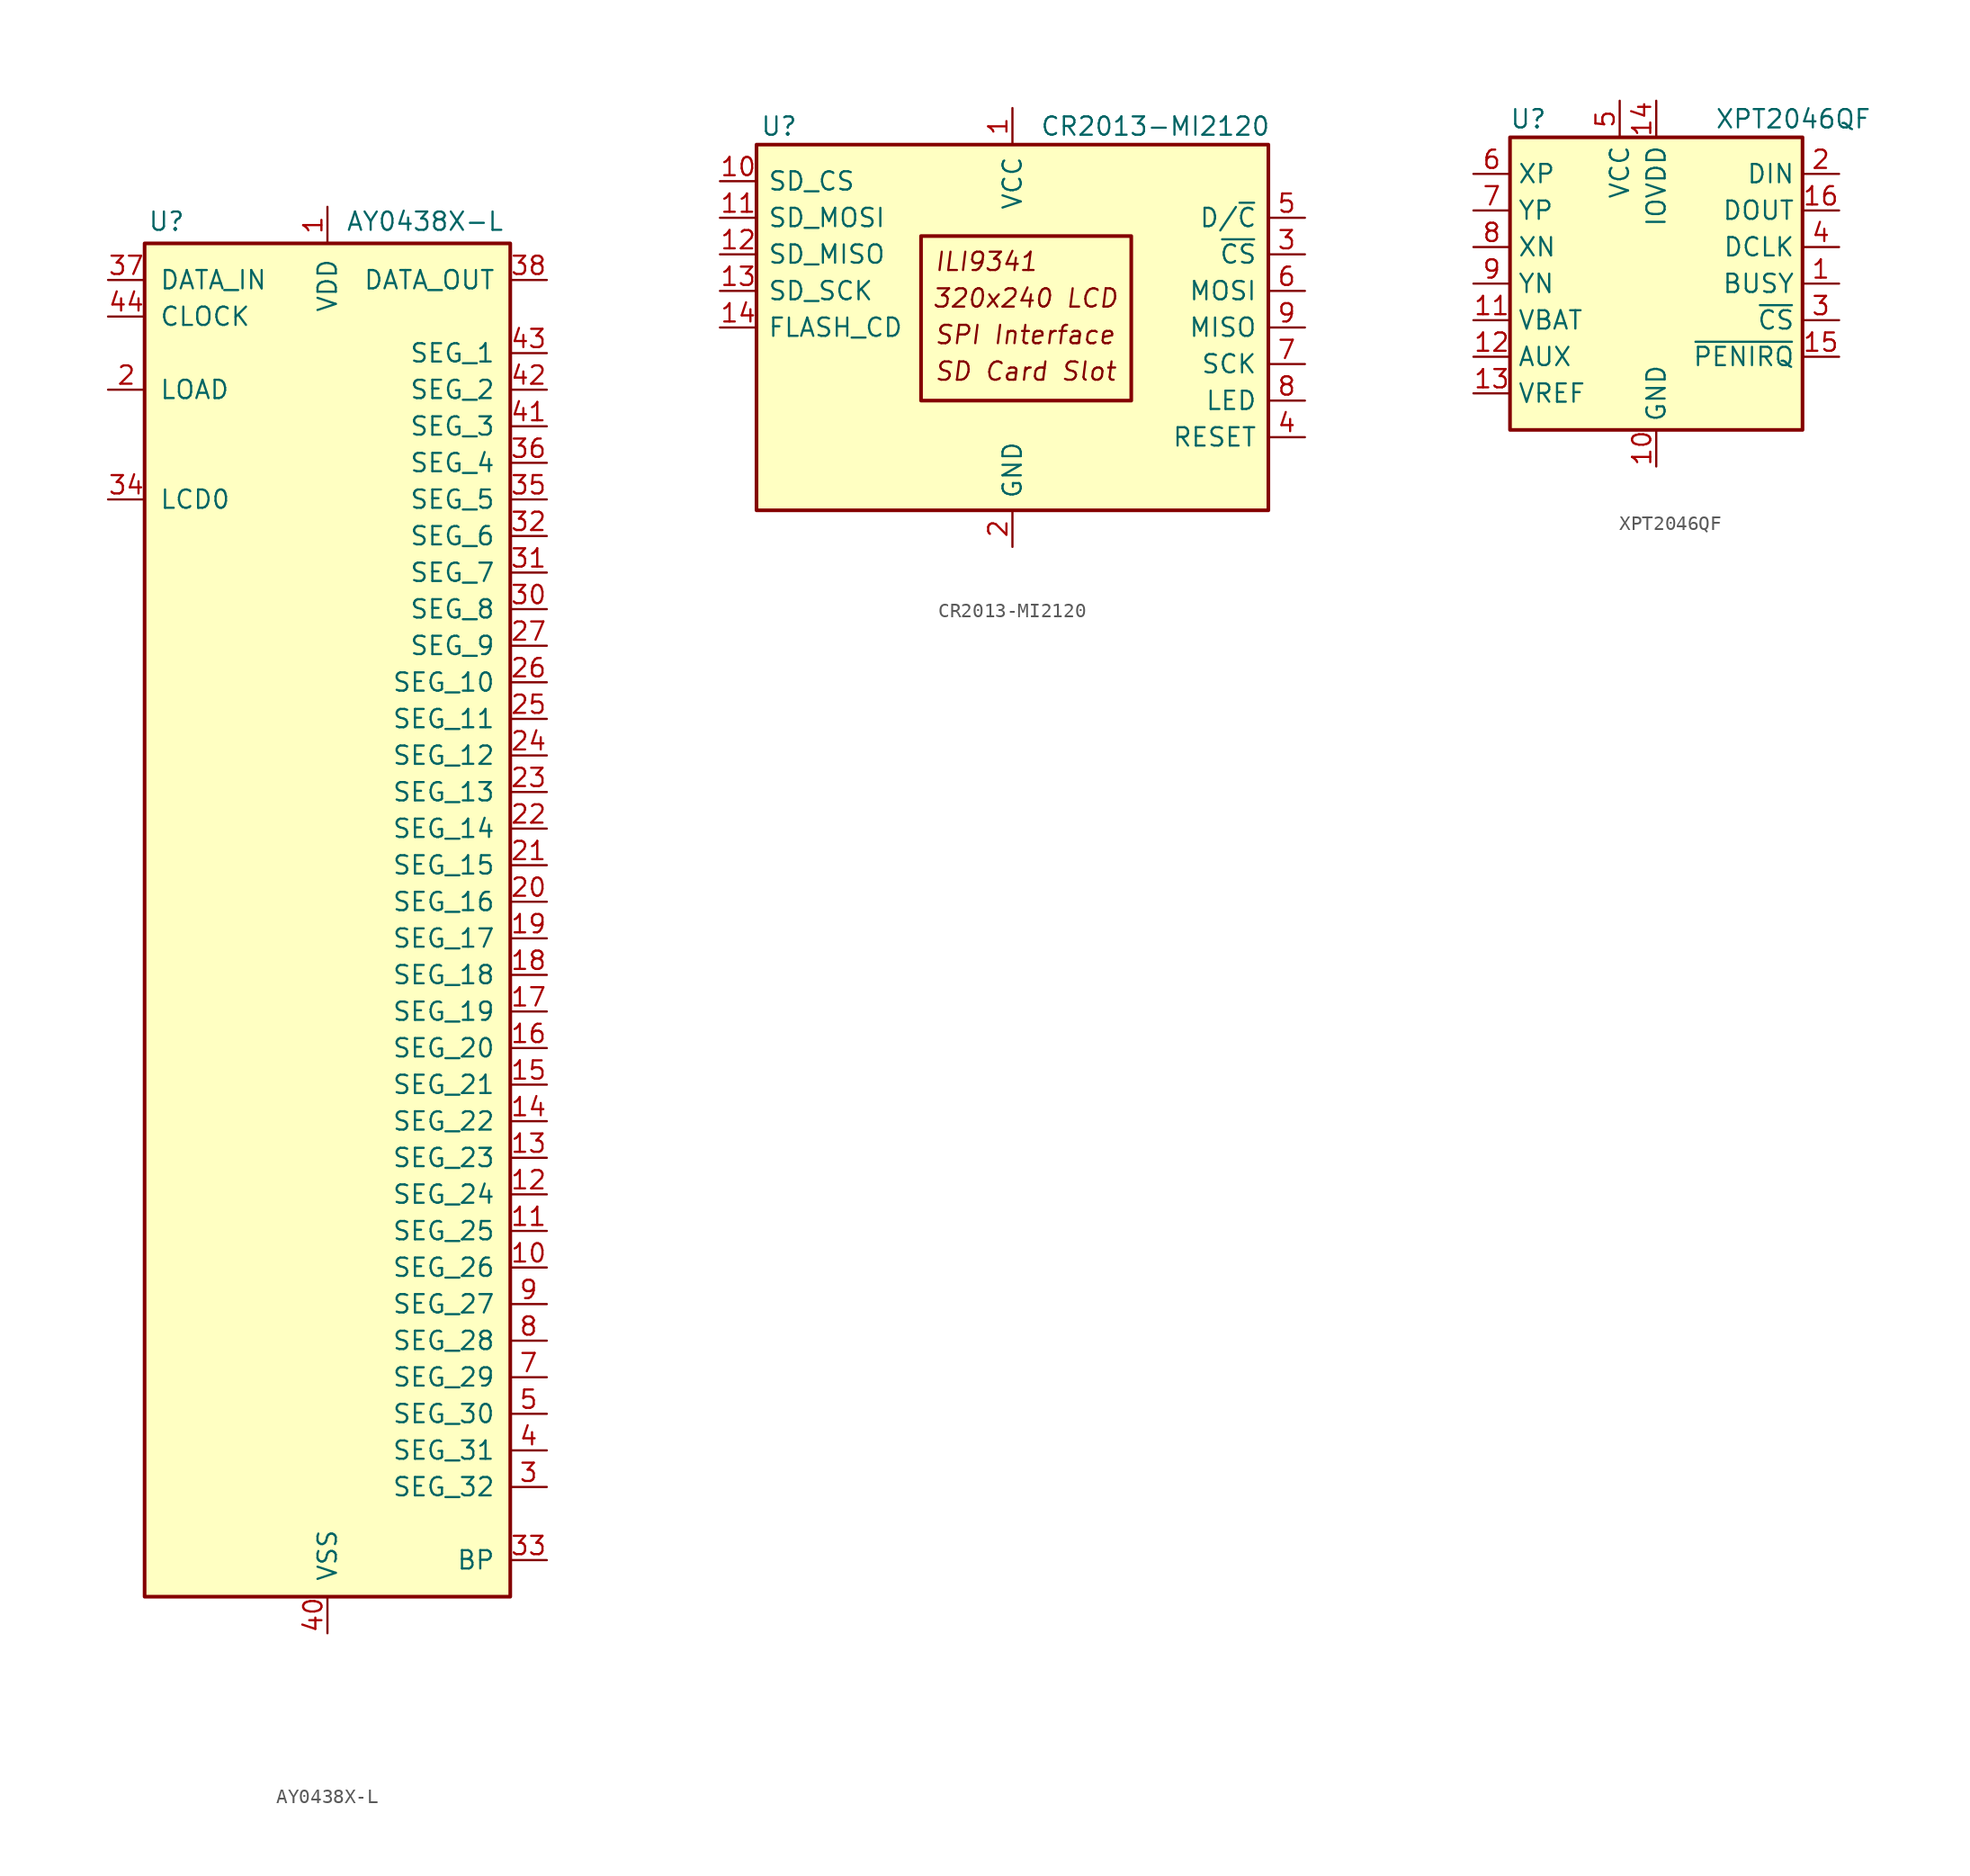
<source format=kicad_sym>
(kicad_symbol_lib
  (version 20231120)
  (generator "kicad_symbol_editor")
  (generator_version "8.0")
  (symbol "AY0438X-L"
    (pin_names
      (offset 1.016))
    (property "Reference" "U"
      (at -11.176 47.244 0)
      (effects (font (size 1.27 1.27))))
    (property "Value" "AY0438X-L"
      (at 1.27 47.244 0)
      (effects (font (size 1.27 1.27)) (justify left)))
    (symbol "AY0438X-L_0_1"
      (rectangle (start -12.7 45.72) (end 12.7 -48.26) (stroke (width 0.254) (type default)) (fill (type background))))
    (symbol "AY0438X-L_1_1"
      (pin power_in line (at 0 48.26 270) (length 2.54) (name "VDD" (effects (font (size 1.27 1.27)))) (number "1" (effects (font (size 1.27 1.27)))))
      (pin output line (at 15.24 -25.4 180) (length 2.54) (name "SEG_26" (effects (font (size 1.27 1.27)))) (number "10" (effects (font (size 1.27 1.27)))))
      (pin output line (at 15.24 -22.86 180) (length 2.54) (name "SEG_25" (effects (font (size 1.27 1.27)))) (number "11" (effects (font (size 1.27 1.27)))))
      (pin output line (at 15.24 -20.32 180) (length 2.54) (name "SEG_24" (effects (font (size 1.27 1.27)))) (number "12" (effects (font (size 1.27 1.27)))))
      (pin output line (at 15.24 -17.78 180) (length 2.54) (name "SEG_23" (effects (font (size 1.27 1.27)))) (number "13" (effects (font (size 1.27 1.27)))))
      (pin output line (at 15.24 -15.24 180) (length 2.54) (name "SEG_22" (effects (font (size 1.27 1.27)))) (number "14" (effects (font (size 1.27 1.27)))))
      (pin output line (at 15.24 -12.7 180) (length 2.54) (name "SEG_21" (effects (font (size 1.27 1.27)))) (number "15" (effects (font (size 1.27 1.27)))))
      (pin output line (at 15.24 -10.16 180) (length 2.54) (name "SEG_20" (effects (font (size 1.27 1.27)))) (number "16" (effects (font (size 1.27 1.27)))))
      (pin output line (at 15.24 -7.62 180) (length 2.54) (name "SEG_19" (effects (font (size 1.27 1.27)))) (number "17" (effects (font (size 1.27 1.27)))))
      (pin output line (at 15.24 -5.08 180) (length 2.54) (name "SEG_18" (effects (font (size 1.27 1.27)))) (number "18" (effects (font (size 1.27 1.27)))))
      (pin output line (at 15.24 -2.54 180) (length 2.54) (name "SEG_17" (effects (font (size 1.27 1.27)))) (number "19" (effects (font (size 1.27 1.27)))))
      (pin input line (at -15.24 35.56 0) (length 2.54) (name "LOAD" (effects (font (size 1.27 1.27)))) (number "2" (effects (font (size 1.27 1.27)))))
      (pin output line (at 15.24 0 180) (length 2.54) (name "SEG_16" (effects (font (size 1.27 1.27)))) (number "20" (effects (font (size 1.27 1.27)))))
      (pin output line (at 15.24 2.54 180) (length 2.54) (name "SEG_15" (effects (font (size 1.27 1.27)))) (number "21" (effects (font (size 1.27 1.27)))))
      (pin output line (at 15.24 5.08 180) (length 2.54) (name "SEG_14" (effects (font (size 1.27 1.27)))) (number "22" (effects (font (size 1.27 1.27)))))
      (pin output line (at 15.24 7.62 180) (length 2.54) (name "SEG_13" (effects (font (size 1.27 1.27)))) (number "23" (effects (font (size 1.27 1.27)))))
      (pin output line (at 15.24 10.16 180) (length 2.54) (name "SEG_12" (effects (font (size 1.27 1.27)))) (number "24" (effects (font (size 1.27 1.27)))))
      (pin output line (at 15.24 12.7 180) (length 2.54) (name "SEG_11" (effects (font (size 1.27 1.27)))) (number "25" (effects (font (size 1.27 1.27)))))
      (pin output line (at 15.24 15.24 180) (length 2.54) (name "SEG_10" (effects (font (size 1.27 1.27)))) (number "26" (effects (font (size 1.27 1.27)))))
      (pin output line (at 15.24 17.78 180) (length 2.54) (name "SEG_9" (effects (font (size 1.27 1.27)))) (number "27" (effects (font (size 1.27 1.27)))))
      (pin no_connect line (at -12.7 -38.1 0) (length 2.54) hide (name "NC" (effects (font (size 1.27 1.27)))) (number "28" (effects (font (size 1.27 1.27)))))
      (pin no_connect line (at -12.7 -35.56 0) (length 2.54) hide (name "NC" (effects (font (size 1.27 1.27)))) (number "29" (effects (font (size 1.27 1.27)))))
      (pin output line (at 15.24 -40.64 180) (length 2.54) (name "SEG_32" (effects (font (size 1.27 1.27)))) (number "3" (effects (font (size 1.27 1.27)))))
      (pin output line (at 15.24 20.32 180) (length 2.54) (name "SEG_8" (effects (font (size 1.27 1.27)))) (number "30" (effects (font (size 1.27 1.27)))))
      (pin output line (at 15.24 22.86 180) (length 2.54) (name "SEG_7" (effects (font (size 1.27 1.27)))) (number "31" (effects (font (size 1.27 1.27)))))
      (pin output line (at 15.24 25.4 180) (length 2.54) (name "SEG_6" (effects (font (size 1.27 1.27)))) (number "32" (effects (font (size 1.27 1.27)))))
      (pin output line (at 15.24 -45.72 180) (length 2.54) (name "BP" (effects (font (size 1.27 1.27)))) (number "33" (effects (font (size 1.27 1.27)))))
      (pin input line (at -15.24 27.94 0) (length 2.54) (name "LCD0" (effects (font (size 1.27 1.27)))) (number "34" (effects (font (size 1.27 1.27)))))
      (pin output line (at 15.24 27.94 180) (length 2.54) (name "SEG_5" (effects (font (size 1.27 1.27)))) (number "35" (effects (font (size 1.27 1.27)))))
      (pin output line (at 15.24 30.48 180) (length 2.54) (name "SEG_4" (effects (font (size 1.27 1.27)))) (number "36" (effects (font (size 1.27 1.27)))))
      (pin input line (at -15.24 43.18 0) (length 2.54) (name "DATA_IN" (effects (font (size 1.27 1.27)))) (number "37" (effects (font (size 1.27 1.27)))))
      (pin output line (at 15.24 43.18 180) (length 2.54) (name "DATA_OUT" (effects (font (size 1.27 1.27)))) (number "38" (effects (font (size 1.27 1.27)))))
      (pin no_connect line (at -12.7 -33.02 0) (length 2.54) hide (name "NC" (effects (font (size 1.27 1.27)))) (number "39" (effects (font (size 1.27 1.27)))))
      (pin output line (at 15.24 -38.1 180) (length 2.54) (name "SEG_31" (effects (font (size 1.27 1.27)))) (number "4" (effects (font (size 1.27 1.27)))))
      (pin power_in line (at 0 -50.8 90) (length 2.54) (name "VSS" (effects (font (size 1.27 1.27)))) (number "40" (effects (font (size 1.27 1.27)))))
      (pin output line (at 15.24 33.02 180) (length 2.54) (name "SEG_3" (effects (font (size 1.27 1.27)))) (number "41" (effects (font (size 1.27 1.27)))))
      (pin output line (at 15.24 35.56 180) (length 2.54) (name "SEG_2" (effects (font (size 1.27 1.27)))) (number "42" (effects (font (size 1.27 1.27)))))
      (pin output line (at 15.24 38.1 180) (length 2.54) (name "SEG_1" (effects (font (size 1.27 1.27)))) (number "43" (effects (font (size 1.27 1.27)))))
      (pin input line (at -15.24 40.64 0) (length 2.54) (name "CLOCK" (effects (font (size 1.27 1.27)))) (number "44" (effects (font (size 1.27 1.27)))))
      (pin output line (at 15.24 -35.56 180) (length 2.54) (name "SEG_30" (effects (font (size 1.27 1.27)))) (number "5" (effects (font (size 1.27 1.27)))))
      (pin no_connect line (at -12.7 -40.64 0) (length 2.54) hide (name "NC" (effects (font (size 1.27 1.27)))) (number "6" (effects (font (size 1.27 1.27)))))
      (pin output line (at 15.24 -33.02 180) (length 2.54) (name "SEG_29" (effects (font (size 1.27 1.27)))) (number "7" (effects (font (size 1.27 1.27)))))
      (pin output line (at 15.24 -30.48 180) (length 2.54) (name "SEG_28" (effects (font (size 1.27 1.27)))) (number "8" (effects (font (size 1.27 1.27)))))
      (pin output line (at 15.24 -27.94 180) (length 2.54) (name "SEG_27" (effects (font (size 1.27 1.27)))) (number "9" (effects (font (size 1.27 1.27)))))))
  (symbol "CR2013-MI2120"
    (pin_names
      (offset 0.762))
    (property "Reference" "U"
      (at -17.526 13.97 0)
      (effects (font (size 1.27 1.27)) (justify left)))
    (property "Value" "CR2013-MI2120"
      (at 1.905 13.97 0)
      (effects (font (size 1.27 1.27)) (justify left)))
    (symbol "CR2013-MI2120_0_0"
      (text "320x240 LCD" (at 0.889 2.032 0) (effects (font (size 1.27 1.27) (italic yes))))
      (text "ILI9341" (at -5.461 4.572 0) (effects (font (size 1.27 1.27) (italic yes)) (justify left)))
      (text "SD Card Slot" (at -5.461 -3.048 0) (effects (font (size 1.27 1.27) (italic yes)) (justify left)))
      (text "SPI Interface" (at -5.461 -0.508 0) (effects (font (size 1.27 1.27) (italic yes)) (justify left))))
    (symbol "CR2013-MI2120_0_1"
      (rectangle (start -17.78 12.7) (end 17.78 -12.7) (stroke (width 0.254) (type default)) (fill (type background)))
      (rectangle (start -6.35 6.35) (end 8.255 -5.08) (stroke (width 0.254) (type default)) (fill (type none))))
    (symbol "CR2013-MI2120_1_1"
      (pin power_in line (at 0 15.24 270) (length 2.54) (name "VCC" (effects (font (size 1.27 1.27)))) (number "1" (effects (font (size 1.27 1.27)))))
      (pin input line (at -20.32 10.16 0) (length 2.54) (name "SD_CS" (effects (font (size 1.27 1.27)))) (number "10" (effects (font (size 1.27 1.27)))))
      (pin input line (at -20.32 7.62 0) (length 2.54) (name "SD_MOSI" (effects (font (size 1.27 1.27)))) (number "11" (effects (font (size 1.27 1.27)))))
      (pin output line (at -20.32 5.08 0) (length 2.54) (name "SD_MISO" (effects (font (size 1.27 1.27)))) (number "12" (effects (font (size 1.27 1.27)))))
      (pin input line (at -20.32 2.54 0) (length 2.54) (name "SD_SCK" (effects (font (size 1.27 1.27)))) (number "13" (effects (font (size 1.27 1.27)))))
      (pin input line (at -20.32 0 0) (length 2.54) (name "FLASH_CD" (effects (font (size 1.27 1.27)))) (number "14" (effects (font (size 1.27 1.27)))))
      (pin power_in line (at 0 -15.24 90) (length 2.54) (name "GND" (effects (font (size 1.27 1.27)))) (number "2" (effects (font (size 1.27 1.27)))))
      (pin input line (at 20.32 5.08 180) (length 2.54) (name "~{CS}" (effects (font (size 1.27 1.27)))) (number "3" (effects (font (size 1.27 1.27)))))
      (pin input line (at 20.32 -7.62 180) (length 2.54) (name "RESET" (effects (font (size 1.27 1.27)))) (number "4" (effects (font (size 1.27 1.27)))))
      (pin input line (at 20.32 7.62 180) (length 2.54) (name "D/~{C}" (effects (font (size 1.27 1.27)))) (number "5" (effects (font (size 1.27 1.27)))))
      (pin input line (at 20.32 2.54 180) (length 2.54) (name "MOSI" (effects (font (size 1.27 1.27)))) (number "6" (effects (font (size 1.27 1.27)))))
      (pin input line (at 20.32 -2.54 180) (length 2.54) (name "SCK" (effects (font (size 1.27 1.27)))) (number "7" (effects (font (size 1.27 1.27)))))
      (pin input line (at 20.32 -5.08 180) (length 2.54) (name "LED" (effects (font (size 1.27 1.27)))) (number "8" (effects (font (size 1.27 1.27)))))
      (pin output line (at 20.32 0 180) (length 2.54) (name "MISO" (effects (font (size 1.27 1.27)))) (number "9" (effects (font (size 1.27 1.27)))))))
  (symbol "XPT2046QF"
    (property "Reference" "U"
      (at -8.89 11.43 0)
      (effects (font (size 1.27 1.27))))
    (property "Value" "XPT2046QF"
      (at 4.064 11.43 0)
      (effects (font (size 1.27 1.27)) (justify left)))
    (symbol "XPT2046QF_0_1"
      (rectangle (start -10.16 10.16) (end 10.16 -10.16) (stroke (width 0.254) (type default)) (fill (type background))))
    (symbol "XPT2046QF_1_1"
      (pin output line (at 12.7 0 180) (length 2.54) (name "BUSY" (effects (font (size 1.27 1.27)))) (number "1" (effects (font (size 1.27 1.27)))))
      (pin power_in line (at 0 -12.7 90) (length 2.54) (name "GND" (effects (font (size 1.27 1.27)))) (number "10" (effects (font (size 1.27 1.27)))))
      (pin power_in line (at -12.7 -2.54 0) (length 2.54) (name "VBAT" (effects (font (size 1.27 1.27)))) (number "11" (effects (font (size 1.27 1.27)))))
      (pin input line (at -12.7 -5.08 0) (length 2.54) (name "AUX" (effects (font (size 1.27 1.27)))) (number "12" (effects (font (size 1.27 1.27)))))
      (pin bidirectional line (at -12.7 -7.62 0) (length 2.54) (name "VREF" (effects (font (size 1.27 1.27)))) (number "13" (effects (font (size 1.27 1.27)))))
      (pin power_in line (at 0 12.7 270) (length 2.54) (name "IOVDD" (effects (font (size 1.27 1.27)))) (number "14" (effects (font (size 1.27 1.27)))))
      (pin open_collector line (at 12.7 -5.08 180) (length 2.54) (name "~{PENIRQ}" (effects (font (size 1.27 1.27)))) (number "15" (effects (font (size 1.27 1.27)))))
      (pin output line (at 12.7 5.08 180) (length 2.54) (name "DOUT" (effects (font (size 1.27 1.27)))) (number "16" (effects (font (size 1.27 1.27)))))
      (pin no_connect line (at 10.16 -7.62 180) (length 2.54) hide (name "NC" (effects (font (size 1.27 1.27)))) (number "17" (effects (font (size 1.27 1.27)))))
      (pin input line (at 12.7 7.62 180) (length 2.54) (name "DIN" (effects (font (size 1.27 1.27)))) (number "2" (effects (font (size 1.27 1.27)))))
      (pin input line (at 12.7 -2.54 180) (length 2.54) (name "~{CS}" (effects (font (size 1.27 1.27)))) (number "3" (effects (font (size 1.27 1.27)))))
      (pin input line (at 12.7 2.54 180) (length 2.54) (name "DCLK" (effects (font (size 1.27 1.27)))) (number "4" (effects (font (size 1.27 1.27)))))
      (pin power_in line (at -2.54 12.7 270) (length 2.54) (name "VCC" (effects (font (size 1.27 1.27)))) (number "5" (effects (font (size 1.27 1.27)))))
      (pin input line (at -12.7 7.62 0) (length 2.54) (name "XP" (effects (font (size 1.27 1.27)))) (number "6" (effects (font (size 1.27 1.27)))))
      (pin input line (at -12.7 5.08 0) (length 2.54) (name "YP" (effects (font (size 1.27 1.27)))) (number "7" (effects (font (size 1.27 1.27)))))
      (pin input line (at -12.7 2.54 0) (length 2.54) (name "XN" (effects (font (size 1.27 1.27)))) (number "8" (effects (font (size 1.27 1.27)))))
      (pin input line (at -12.7 0 0) (length 2.54) (name "YN" (effects (font (size 1.27 1.27)))) (number "9" (effects (font (size 1.27 1.27))))))))
</source>
